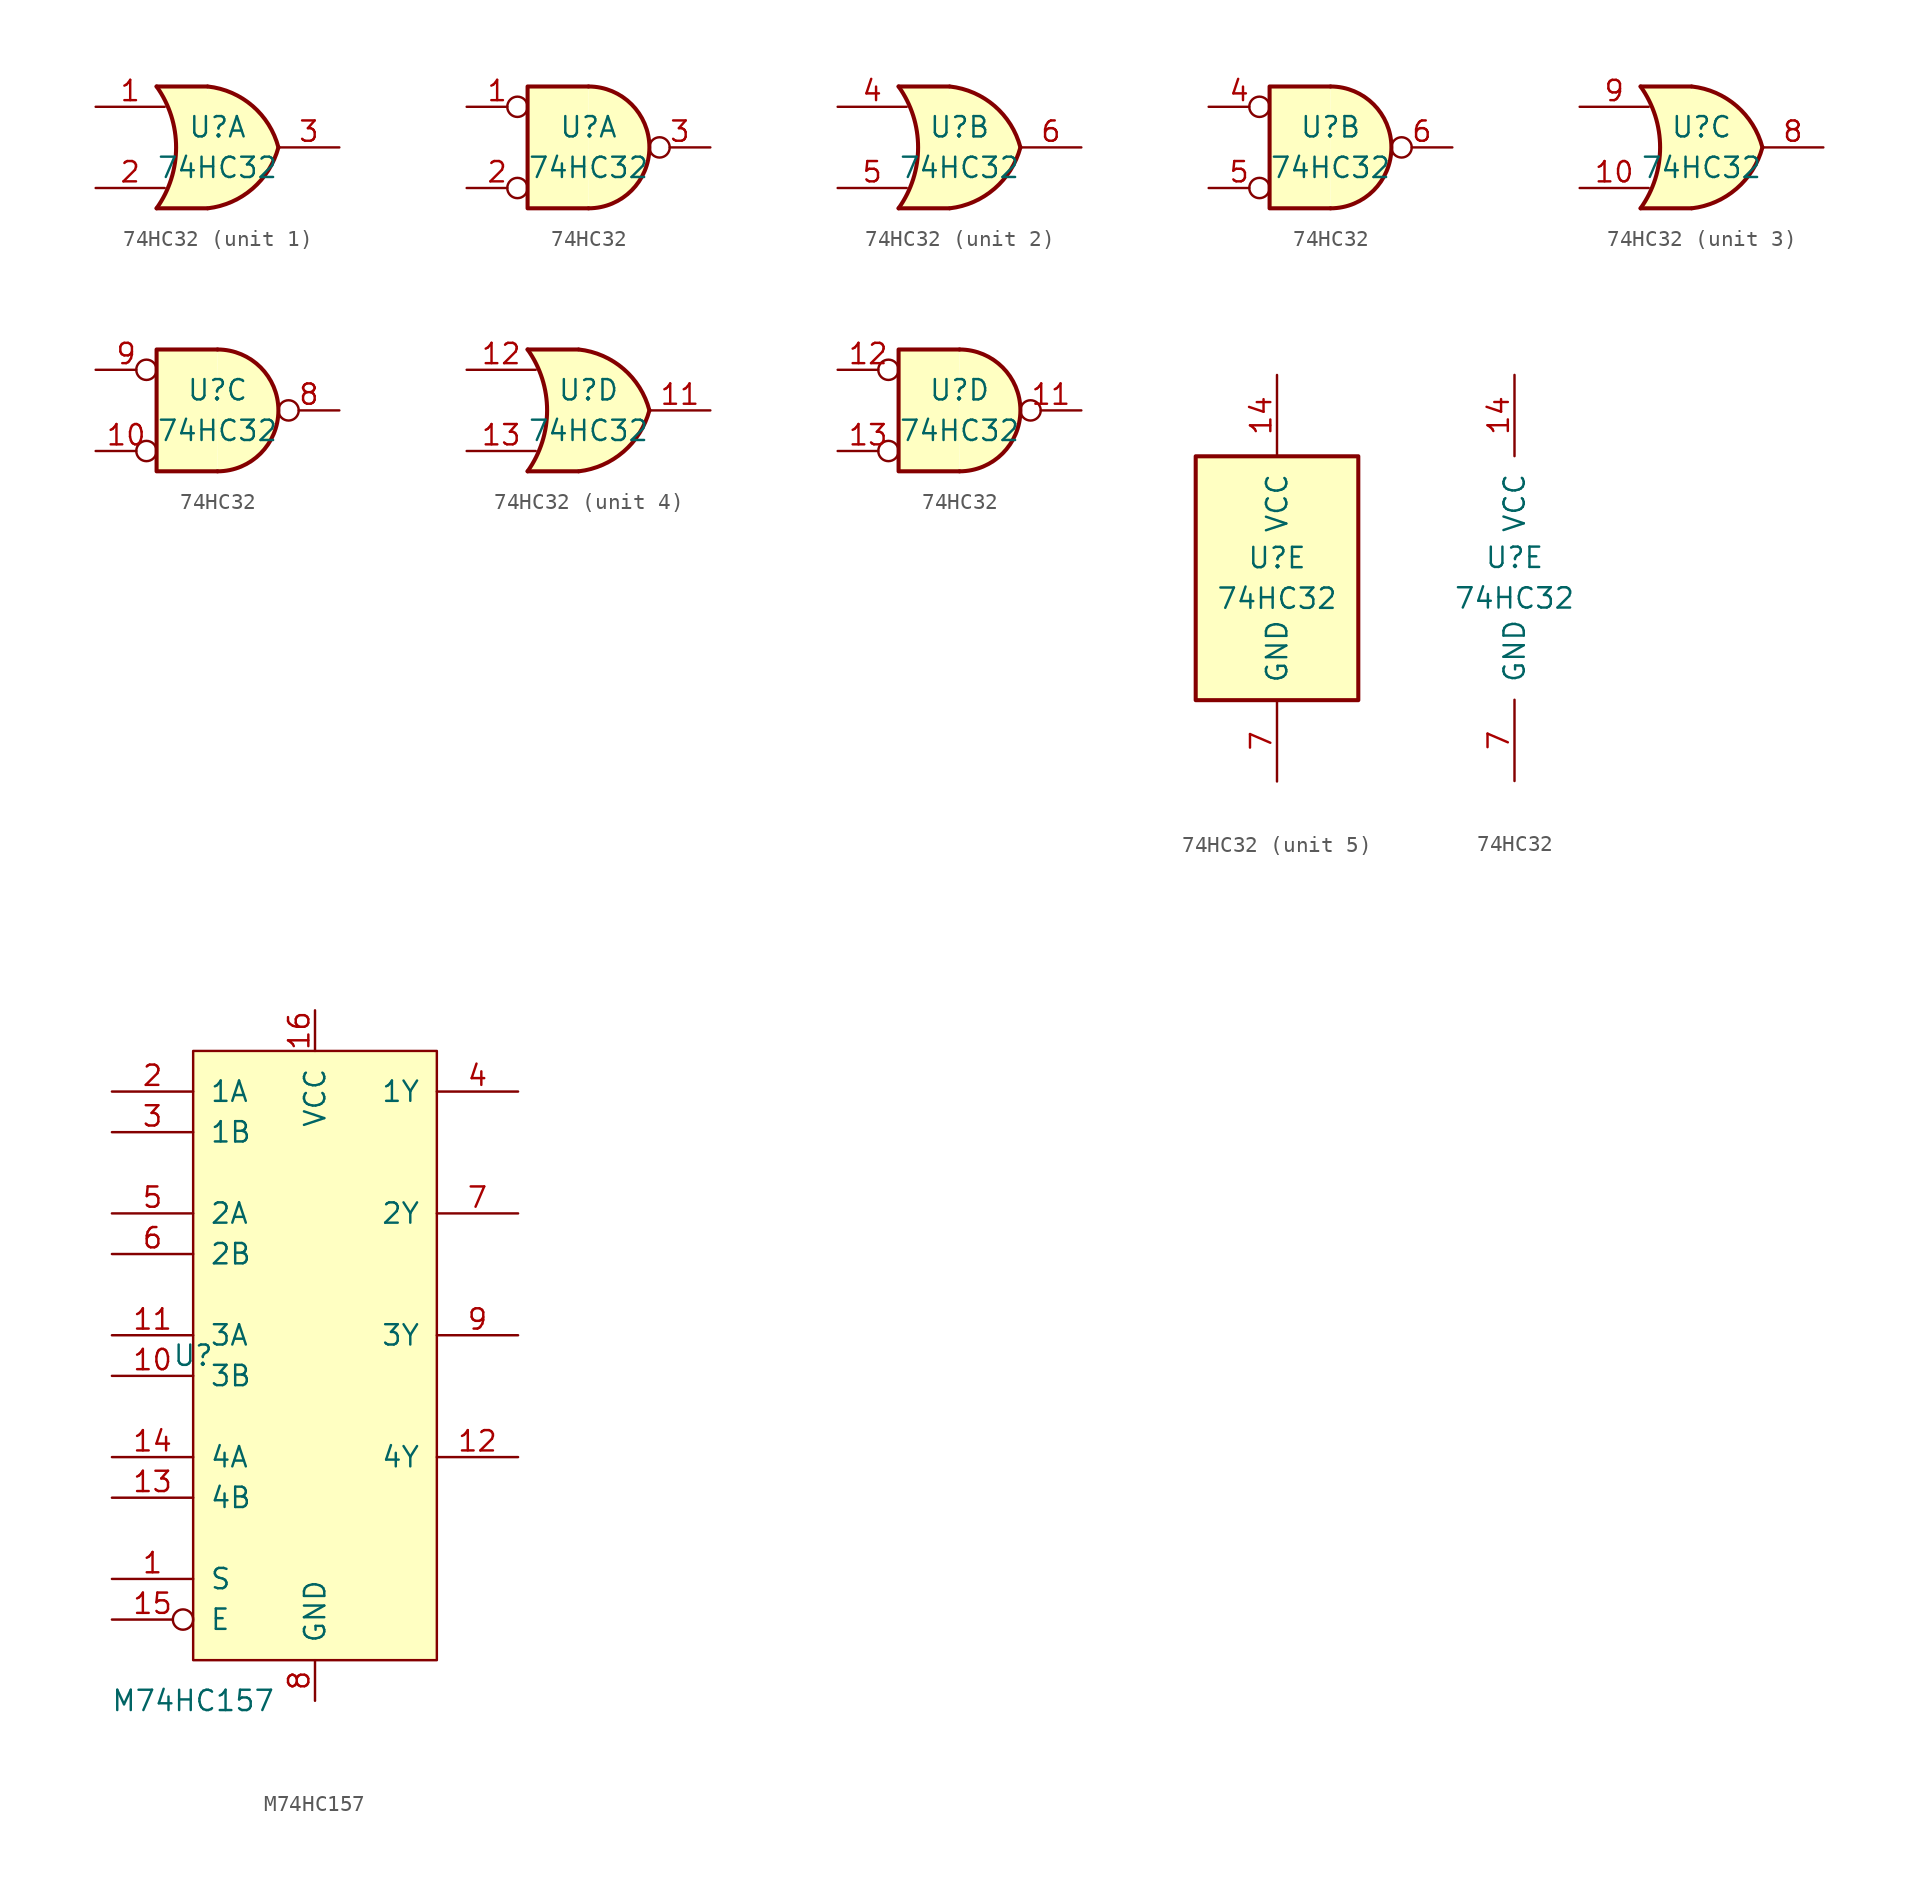
<source format=kicad_sym>
(kicad_symbol_lib
  (version 20220914)
  (generator kicad_symbol_editor)
  (symbol "74HC32"
    (pin_names
      (offset 1.016))
    (property "Reference" "U"
      (at 0 1.27 0)
      (effects (font (size 1.27 1.27))))
    (property "Value" "74HC32"
      (at 0 -1.27 0)
      (effects (font (size 1.27 1.27))))
    (property "ki_locked" ""
      (at 0 0 0)
      (effects (font (size 1.27 1.27))))
    (symbol "74HC32_1_1"
      (arc (start -3.81 -3.81) (mid -2.589 0) (end -3.81 3.81) (stroke (width 0.254) (type default)) (fill (type none)))
      (arc (start -0.6096 -3.81) (mid 2.1842 -2.5851) (end 3.81 0) (stroke (width 0.254) (type default)) (fill (type background)))
      (polyline (pts (xy -3.81 -3.81) (xy -0.635 -3.81)) (stroke (width 0.254) (type default)) (fill (type background)))
      (polyline (pts (xy -3.81 3.81) (xy -0.635 3.81)) (stroke (width 0.254) (type default)) (fill (type background)))
      (polyline (pts (xy -0.635 3.81) (xy -3.81 3.81) (xy -3.81 3.81) (xy -3.556 3.404) (xy -3.023 2.261) (xy -2.692 1.041) (xy -2.616 -0.254) (xy -2.769 -1.499) (xy -3.175 -2.718) (xy -3.81 -3.81) (xy -3.81 -3.81) (xy -0.635 -3.81)) (stroke (width -25.4) (type default)) (fill (type background)))
      (arc (start 3.81 0) (mid 2.1915 2.5936) (end -0.6096 3.81) (stroke (width 0.254) (type default)) (fill (type background)))
      (pin input line (at -7.62 2.54 0) (length 4.318) (name "~" (effects (font (size 1.27 1.27)))) (number "1" (effects (font (size 1.27 1.27)))))
      (pin input line (at -7.62 -2.54 0) (length 4.318) (name "~" (effects (font (size 1.27 1.27)))) (number "2" (effects (font (size 1.27 1.27)))))
      (pin output line (at 7.62 0 180) (length 3.81) (name "~" (effects (font (size 1.27 1.27)))) (number "3" (effects (font (size 1.27 1.27))))))
    (symbol "74HC32_1_2"
      (arc (start 0 -3.81) (mid 3.7934 0) (end 0 3.81) (stroke (width 0.254) (type default)) (fill (type background)))
      (polyline (pts (xy 0 3.81) (xy -3.81 3.81) (xy -3.81 -3.81) (xy 0 -3.81)) (stroke (width 0.254) (type default)) (fill (type background)))
      (pin input inverted (at -7.62 2.54 0) (length 3.81) (name "~" (effects (font (size 1.27 1.27)))) (number "1" (effects (font (size 1.27 1.27)))))
      (pin input inverted (at -7.62 -2.54 0) (length 3.81) (name "~" (effects (font (size 1.27 1.27)))) (number "2" (effects (font (size 1.27 1.27)))))
      (pin output inverted (at 7.62 0 180) (length 3.81) (name "~" (effects (font (size 1.27 1.27)))) (number "3" (effects (font (size 1.27 1.27))))))
    (symbol "74HC32_2_1"
      (arc (start -3.81 -3.81) (mid -2.589 0) (end -3.81 3.81) (stroke (width 0.254) (type default)) (fill (type none)))
      (arc (start -0.6096 -3.81) (mid 2.1842 -2.5851) (end 3.81 0) (stroke (width 0.254) (type default)) (fill (type background)))
      (polyline (pts (xy -3.81 -3.81) (xy -0.635 -3.81)) (stroke (width 0.254) (type default)) (fill (type background)))
      (polyline (pts (xy -3.81 3.81) (xy -0.635 3.81)) (stroke (width 0.254) (type default)) (fill (type background)))
      (polyline (pts (xy -0.635 3.81) (xy -3.81 3.81) (xy -3.81 3.81) (xy -3.556 3.404) (xy -3.023 2.261) (xy -2.692 1.041) (xy -2.616 -0.254) (xy -2.769 -1.499) (xy -3.175 -2.718) (xy -3.81 -3.81) (xy -3.81 -3.81) (xy -0.635 -3.81)) (stroke (width -25.4) (type default)) (fill (type background)))
      (arc (start 3.81 0) (mid 2.1915 2.5936) (end -0.6096 3.81) (stroke (width 0.254) (type default)) (fill (type background)))
      (pin input line (at -7.62 2.54 0) (length 4.318) (name "~" (effects (font (size 1.27 1.27)))) (number "4" (effects (font (size 1.27 1.27)))))
      (pin input line (at -7.62 -2.54 0) (length 4.318) (name "~" (effects (font (size 1.27 1.27)))) (number "5" (effects (font (size 1.27 1.27)))))
      (pin output line (at 7.62 0 180) (length 3.81) (name "~" (effects (font (size 1.27 1.27)))) (number "6" (effects (font (size 1.27 1.27))))))
    (symbol "74HC32_2_2"
      (arc (start 0 -3.81) (mid 3.7934 0) (end 0 3.81) (stroke (width 0.254) (type default)) (fill (type background)))
      (polyline (pts (xy 0 3.81) (xy -3.81 3.81) (xy -3.81 -3.81) (xy 0 -3.81)) (stroke (width 0.254) (type default)) (fill (type background)))
      (pin input inverted (at -7.62 2.54 0) (length 3.81) (name "~" (effects (font (size 1.27 1.27)))) (number "4" (effects (font (size 1.27 1.27)))))
      (pin input inverted (at -7.62 -2.54 0) (length 3.81) (name "~" (effects (font (size 1.27 1.27)))) (number "5" (effects (font (size 1.27 1.27)))))
      (pin output inverted (at 7.62 0 180) (length 3.81) (name "~" (effects (font (size 1.27 1.27)))) (number "6" (effects (font (size 1.27 1.27))))))
    (symbol "74HC32_3_1"
      (arc (start -3.81 -3.81) (mid -2.589 0) (end -3.81 3.81) (stroke (width 0.254) (type default)) (fill (type none)))
      (arc (start -0.6096 -3.81) (mid 2.1842 -2.5851) (end 3.81 0) (stroke (width 0.254) (type default)) (fill (type background)))
      (polyline (pts (xy -3.81 -3.81) (xy -0.635 -3.81)) (stroke (width 0.254) (type default)) (fill (type background)))
      (polyline (pts (xy -3.81 3.81) (xy -0.635 3.81)) (stroke (width 0.254) (type default)) (fill (type background)))
      (polyline (pts (xy -0.635 3.81) (xy -3.81 3.81) (xy -3.81 3.81) (xy -3.556 3.404) (xy -3.023 2.261) (xy -2.692 1.041) (xy -2.616 -0.254) (xy -2.769 -1.499) (xy -3.175 -2.718) (xy -3.81 -3.81) (xy -3.81 -3.81) (xy -0.635 -3.81)) (stroke (width -25.4) (type default)) (fill (type background)))
      (arc (start 3.81 0) (mid 2.1915 2.5936) (end -0.6096 3.81) (stroke (width 0.254) (type default)) (fill (type background)))
      (pin input line (at -7.62 -2.54 0) (length 4.318) (name "~" (effects (font (size 1.27 1.27)))) (number "10" (effects (font (size 1.27 1.27)))))
      (pin output line (at 7.62 0 180) (length 3.81) (name "~" (effects (font (size 1.27 1.27)))) (number "8" (effects (font (size 1.27 1.27)))))
      (pin input line (at -7.62 2.54 0) (length 4.318) (name "~" (effects (font (size 1.27 1.27)))) (number "9" (effects (font (size 1.27 1.27))))))
    (symbol "74HC32_3_2"
      (arc (start 0 -3.81) (mid 3.7934 0) (end 0 3.81) (stroke (width 0.254) (type default)) (fill (type background)))
      (polyline (pts (xy 0 3.81) (xy -3.81 3.81) (xy -3.81 -3.81) (xy 0 -3.81)) (stroke (width 0.254) (type default)) (fill (type background)))
      (pin input inverted (at -7.62 -2.54 0) (length 3.81) (name "~" (effects (font (size 1.27 1.27)))) (number "10" (effects (font (size 1.27 1.27)))))
      (pin output inverted (at 7.62 0 180) (length 3.81) (name "~" (effects (font (size 1.27 1.27)))) (number "8" (effects (font (size 1.27 1.27)))))
      (pin input inverted (at -7.62 2.54 0) (length 3.81) (name "~" (effects (font (size 1.27 1.27)))) (number "9" (effects (font (size 1.27 1.27))))))
    (symbol "74HC32_4_1"
      (arc (start -3.81 -3.81) (mid -2.589 0) (end -3.81 3.81) (stroke (width 0.254) (type default)) (fill (type none)))
      (arc (start -0.6096 -3.81) (mid 2.1842 -2.5851) (end 3.81 0) (stroke (width 0.254) (type default)) (fill (type background)))
      (polyline (pts (xy -3.81 -3.81) (xy -0.635 -3.81)) (stroke (width 0.254) (type default)) (fill (type background)))
      (polyline (pts (xy -3.81 3.81) (xy -0.635 3.81)) (stroke (width 0.254) (type default)) (fill (type background)))
      (polyline (pts (xy -0.635 3.81) (xy -3.81 3.81) (xy -3.81 3.81) (xy -3.556 3.404) (xy -3.023 2.261) (xy -2.692 1.041) (xy -2.616 -0.254) (xy -2.769 -1.499) (xy -3.175 -2.718) (xy -3.81 -3.81) (xy -3.81 -3.81) (xy -0.635 -3.81)) (stroke (width -25.4) (type default)) (fill (type background)))
      (arc (start 3.81 0) (mid 2.1915 2.5936) (end -0.6096 3.81) (stroke (width 0.254) (type default)) (fill (type background)))
      (pin output line (at 7.62 0 180) (length 3.81) (name "~" (effects (font (size 1.27 1.27)))) (number "11" (effects (font (size 1.27 1.27)))))
      (pin input line (at -7.62 2.54 0) (length 4.318) (name "~" (effects (font (size 1.27 1.27)))) (number "12" (effects (font (size 1.27 1.27)))))
      (pin input line (at -7.62 -2.54 0) (length 4.318) (name "~" (effects (font (size 1.27 1.27)))) (number "13" (effects (font (size 1.27 1.27))))))
    (symbol "74HC32_4_2"
      (arc (start 0 -3.81) (mid 3.7934 0) (end 0 3.81) (stroke (width 0.254) (type default)) (fill (type background)))
      (polyline (pts (xy 0 3.81) (xy -3.81 3.81) (xy -3.81 -3.81) (xy 0 -3.81)) (stroke (width 0.254) (type default)) (fill (type background)))
      (pin output inverted (at 7.62 0 180) (length 3.81) (name "~" (effects (font (size 1.27 1.27)))) (number "11" (effects (font (size 1.27 1.27)))))
      (pin input inverted (at -7.62 2.54 0) (length 3.81) (name "~" (effects (font (size 1.27 1.27)))) (number "12" (effects (font (size 1.27 1.27)))))
      (pin input inverted (at -7.62 -2.54 0) (length 3.81) (name "~" (effects (font (size 1.27 1.27)))) (number "13" (effects (font (size 1.27 1.27))))))
    (symbol "74HC32_5_0"
      (pin power_in line (at 0 12.7 270) (length 5.08) (name "VCC" (effects (font (size 1.27 1.27)))) (number "14" (effects (font (size 1.27 1.27)))))
      (pin power_in line (at 0 -12.7 90) (length 5.08) (name "GND" (effects (font (size 1.27 1.27)))) (number "7" (effects (font (size 1.27 1.27))))))
    (symbol "74HC32_5_1"
      (rectangle (start -5.08 7.62) (end 5.08 -7.62) (stroke (width 0.254) (type default)) (fill (type background)))))
  (symbol "M74HC157"
    (pin_names
      (offset 1.016))
    (property "Reference" "U"
      (at -7.62 -1.27 0)
      (effects (font (size 1.27 1.27))))
    (property "Value" "M74HC157"
      (at -7.62 -22.86 0)
      (effects (font (size 1.27 1.27))))
    (symbol "M74HC157_1_0"
      (pin input line (at -12.7 -15.24 0) (length 5.08) (name "S" (effects (font (size 1.27 1.27)))) (number "1" (effects (font (size 1.27 1.27)))))
      (pin input line (at -12.7 -2.54 0) (length 5.08) (name "3B" (effects (font (size 1.27 1.27)))) (number "10" (effects (font (size 1.27 1.27)))))
      (pin input line (at -12.7 0 0) (length 5.08) (name "3A" (effects (font (size 1.27 1.27)))) (number "11" (effects (font (size 1.27 1.27)))))
      (pin output line (at 12.7 -7.62 180) (length 5.08) (name "4Y" (effects (font (size 1.27 1.27)))) (number "12" (effects (font (size 1.27 1.27)))))
      (pin input line (at -12.7 -10.16 0) (length 5.08) (name "4B" (effects (font (size 1.27 1.27)))) (number "13" (effects (font (size 1.27 1.27)))))
      (pin input line (at -12.7 -7.62 0) (length 5.08) (name "4A" (effects (font (size 1.27 1.27)))) (number "14" (effects (font (size 1.27 1.27)))))
      (pin input inverted (at -12.7 -17.78 0) (length 5.08) (name "E" (effects (font (size 1.27 1.27)))) (number "15" (effects (font (size 1.27 1.27)))))
      (pin input line (at -12.7 15.24 0) (length 5.08) (name "1A" (effects (font (size 1.27 1.27)))) (number "2" (effects (font (size 1.27 1.27)))))
      (pin input line (at -12.7 12.7 0) (length 5.08) (name "1B" (effects (font (size 1.27 1.27)))) (number "3" (effects (font (size 1.27 1.27)))))
      (pin output line (at 12.7 15.24 180) (length 5.08) (name "1Y" (effects (font (size 1.27 1.27)))) (number "4" (effects (font (size 1.27 1.27)))))
      (pin input line (at -12.7 7.62 0) (length 5.08) (name "2A" (effects (font (size 1.27 1.27)))) (number "5" (effects (font (size 1.27 1.27)))))
      (pin input line (at -12.7 5.08 0) (length 5.08) (name "2B" (effects (font (size 1.27 1.27)))) (number "6" (effects (font (size 1.27 1.27)))))
      (pin output line (at 12.7 7.62 180) (length 5.08) (name "2Y" (effects (font (size 1.27 1.27)))) (number "7" (effects (font (size 1.27 1.27)))))
      (pin output line (at 12.7 0 180) (length 5.08) (name "3Y" (effects (font (size 1.27 1.27)))) (number "9" (effects (font (size 1.27 1.27))))))
    (symbol "M74HC157_1_1"
      (rectangle (start -7.62 17.78) (end 7.62 -20.32) (stroke (width 0) (type default)) (fill (type background)))
      (pin power_in line (at 0 20.32 270) (length 2.54) (name "VCC" (effects (font (size 1.27 1.27)))) (number "16" (effects (font (size 1.27 1.27)))))
      (pin power_in line (at 0 -22.86 90) (length 2.54) (name "GND" (effects (font (size 1.27 1.27)))) (number "8" (effects (font (size 1.27 1.27))))))))
</source>
